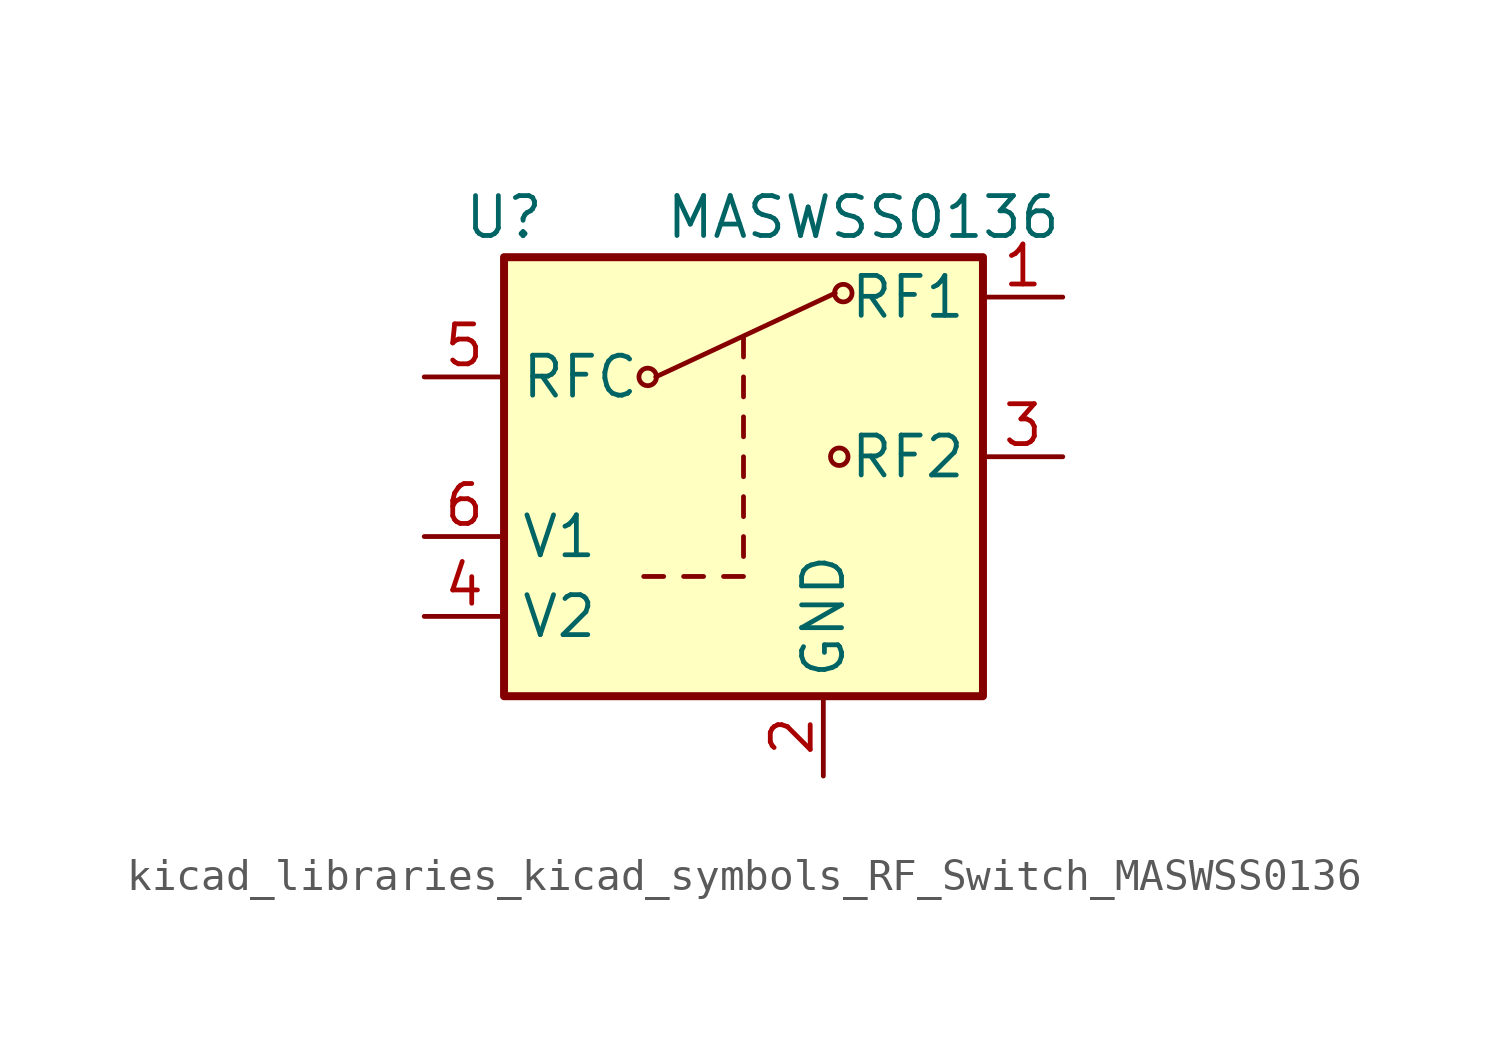
<source format=kicad_sym>
(kicad_symbol_lib
  (version 20220914)
  (generator kicad_symbol_editor)
  (symbol "kicad_libraries_kicad_symbols_RF_Switch_MASWSS0136"
    (property "Reference" "U"
      (at -7.62 7.62 0)
      (effects (font (size 1.27 1.27))))
    (property "Value" "MASWSS0136"
      (at 3.81 7.62 0)
      (effects (font (size 1.27 1.27))))
    (symbol "kicad_libraries_kicad_symbols_RF_Switch_MASWSS0136_0_1"
      (circle (center -3.048 2.54) (radius 0.279) (stroke (width 0) (type default)) (fill (type none)))
      (polyline (pts (xy -3.175 -3.81) (xy -2.54 -3.81)) (stroke (width 0) (type default)) (fill (type none)))
      (polyline (pts (xy -2.794 2.54) (xy 2.921 5.207)) (stroke (width 0) (type default)) (fill (type none)))
      (polyline (pts (xy -1.905 -3.81) (xy -1.27 -3.81)) (stroke (width 0) (type default)) (fill (type none)))
      (polyline (pts (xy -0.635 -3.81) (xy 0 -3.81)) (stroke (width 0) (type default)) (fill (type none)))
      (polyline (pts (xy 0 -3.175) (xy 0 -2.54)) (stroke (width 0) (type default)) (fill (type none)))
      (polyline (pts (xy 0 -1.905) (xy 0 -1.27)) (stroke (width 0) (type default)) (fill (type none)))
      (polyline (pts (xy 0 -0.635) (xy 0 0)) (stroke (width 0) (type default)) (fill (type none)))
      (polyline (pts (xy 0 0.635) (xy 0 1.27)) (stroke (width 0) (type default)) (fill (type none)))
      (polyline (pts (xy 0 1.905) (xy 0 2.54)) (stroke (width 0) (type default)) (fill (type none)))
      (polyline (pts (xy 0 3.175) (xy 0 3.81)) (stroke (width 0) (type default)) (fill (type none)))
      (circle (center 3.048 0) (radius 0.279) (stroke (width 0) (type default)) (fill (type none)))
      (circle (center 3.175 5.207) (radius 0.279) (stroke (width 0) (type default)) (fill (type none)))
      (rectangle (start 7.62 -7.62) (end -7.62 6.35) (stroke (width 0.254) (type default)) (fill (type background))))
    (symbol "kicad_libraries_kicad_symbols_RF_Switch_MASWSS0136_1_1"
      (pin passive line (at 10.16 5.08 180) (length 2.54) (name "RF1" (effects (font (size 1.27 1.27)))) (number "1" (effects (font (size 1.27 1.27)))))
      (pin power_in line (at 2.54 -10.16 90) (length 2.54) (name "GND" (effects (font (size 1.27 1.27)))) (number "2" (effects (font (size 1.27 1.27)))))
      (pin passive line (at 10.16 0 180) (length 2.54) (name "RF2" (effects (font (size 1.27 1.27)))) (number "3" (effects (font (size 1.27 1.27)))))
      (pin input line (at -10.16 -5.08 0) (length 2.54) (name "V2" (effects (font (size 1.27 1.27)))) (number "4" (effects (font (size 1.27 1.27)))))
      (pin passive line (at -10.16 2.54 0) (length 2.54) (name "RFC" (effects (font (size 1.27 1.27)))) (number "5" (effects (font (size 1.27 1.27)))))
      (pin input line (at -10.16 -2.54 0) (length 2.54) (name "V1" (effects (font (size 1.27 1.27)))) (number "6" (effects (font (size 1.27 1.27))))))))
</source>
